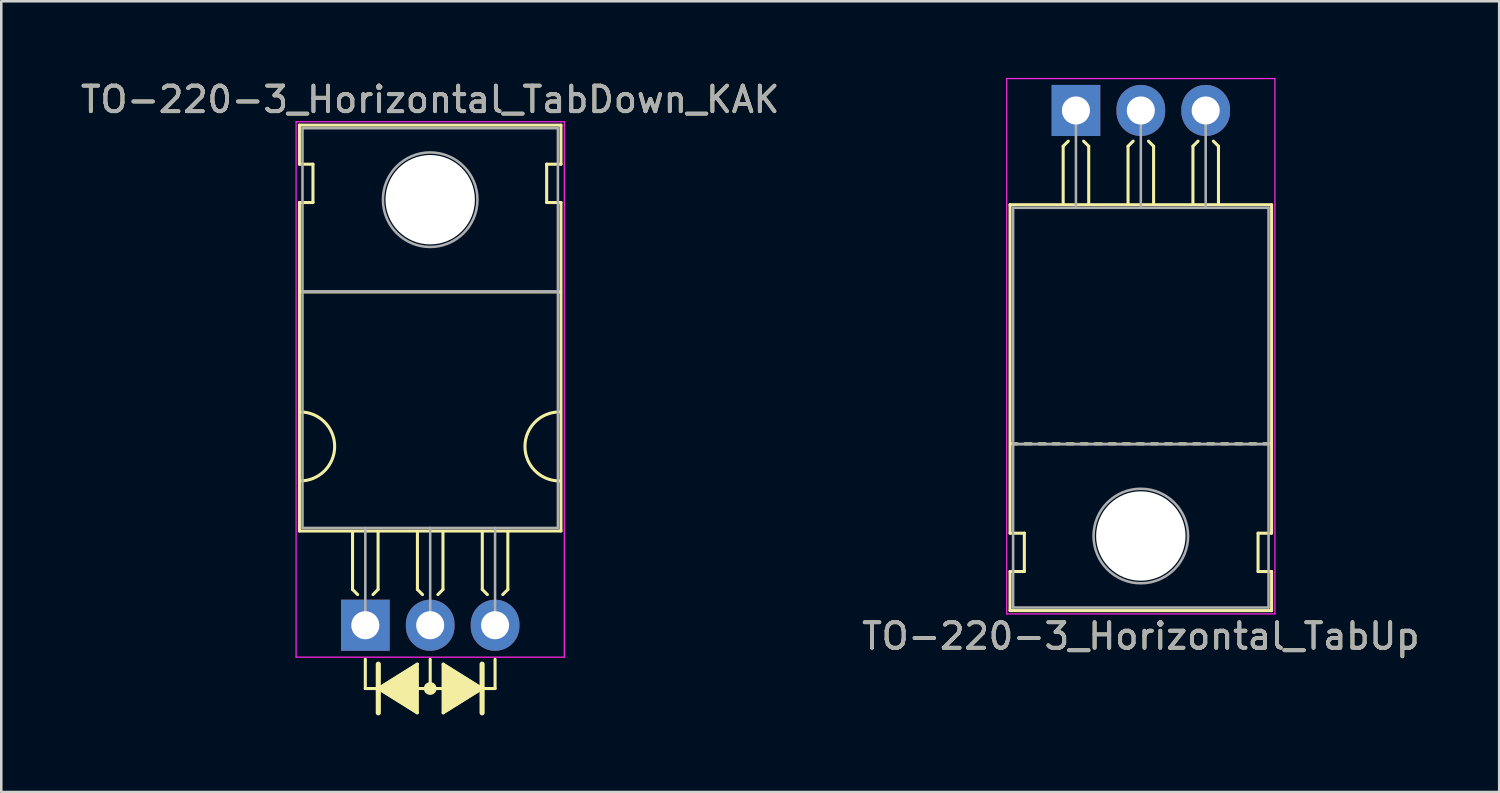
<source format=kicad_pcb>
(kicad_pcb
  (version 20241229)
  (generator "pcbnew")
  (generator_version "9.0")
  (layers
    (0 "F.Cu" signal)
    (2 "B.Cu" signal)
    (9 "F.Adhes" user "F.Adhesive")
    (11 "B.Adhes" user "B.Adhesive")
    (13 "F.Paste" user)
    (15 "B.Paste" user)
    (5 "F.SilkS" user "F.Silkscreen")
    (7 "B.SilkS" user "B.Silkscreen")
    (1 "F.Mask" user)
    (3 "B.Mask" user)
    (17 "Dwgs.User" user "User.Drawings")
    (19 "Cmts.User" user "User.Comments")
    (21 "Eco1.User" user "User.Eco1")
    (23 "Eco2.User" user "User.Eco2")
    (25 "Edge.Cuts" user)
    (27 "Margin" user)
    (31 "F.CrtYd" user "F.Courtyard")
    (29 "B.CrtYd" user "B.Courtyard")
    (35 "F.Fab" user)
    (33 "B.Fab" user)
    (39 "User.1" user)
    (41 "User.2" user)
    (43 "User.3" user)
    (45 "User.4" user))
  (footprint "TO-220-3_Horizontal_TabUp"
    (layer "F.Cu")
    (at 39.073 1.275)
    (property "Reference" "TO-220-3_Horizontal_TabUp" (at 2.54 20.58 0) (layer "F.SilkS") (effects (font (size 1 1) (thickness 0.15))))
    (attr through_hole)
    (fp_line (start -2.58 16.55) (end -2.58 3.69) (stroke (width 0.12) (type solid)) (layer "F.SilkS"))
    (fp_line (start -2.58 16.55) (end -2.02 16.55) (stroke (width 0.12) (type solid)) (layer "F.SilkS"))
    (fp_line (start -2.58 19.58) (end -2.58 18.05) (stroke (width 0.12) (type solid)) (layer "F.SilkS"))
    (fp_line (start -2.3 13.05) (end -2.55 13.05) (stroke (width 0.12) (type solid)) (layer "F.SilkS"))
    (fp_line (start -2.02 16.55) (end -2.02 18.05) (stroke (width 0.12) (type solid)) (layer "F.SilkS"))
    (fp_line (start -2.02 18.05) (end -2.58 18.05) (stroke (width 0.12) (type solid)) (layer "F.SilkS"))
    (fp_line (start -1.75 13.05) (end -2 13.05) (stroke (width 0.12) (type solid)) (layer "F.SilkS"))
    (fp_line (start -1.2 13.05) (end -1.45 13.05) (stroke (width 0.12) (type solid)) (layer "F.SilkS"))
    (fp_line (start -0.65 13.05) (end -0.9 13.05) (stroke (width 0.12) (type solid)) (layer "F.SilkS"))
    (fp_line (start -0.5 1.4) (end -0.3 1.2) (stroke (width 0.12) (type solid)) (layer "F.SilkS"))
    (fp_line (start -0.5 3.65) (end -0.5 1.4) (stroke (width 0.12) (type solid)) (layer "F.SilkS"))
    (fp_line (start -0.1 13.05) (end -0.35 13.05) (stroke (width 0.12) (type solid)) (layer "F.SilkS"))
    (fp_line (start 0.45 13.05) (end 0.2 13.05) (stroke (width 0.12) (type solid)) (layer "F.SilkS"))
    (fp_line (start 0.5 1.4) (end 0.3 1.2) (stroke (width 0.12) (type solid)) (layer "F.SilkS"))
    (fp_line (start 0.5 3.65) (end 0.5 1.4) (stroke (width 0.12) (type solid)) (layer "F.SilkS"))
    (fp_line (start 1 13.05) (end 0.75 13.05) (stroke (width 0.12) (type solid)) (layer "F.SilkS"))
    (fp_line (start 1.55 13.05) (end 1.3 13.05) (stroke (width 0.12) (type solid)) (layer "F.SilkS"))
    (fp_line (start 2.04 1.4) (end 2.24 1.2) (stroke (width 0.12) (type solid)) (layer "F.SilkS"))
    (fp_line (start 2.04 3.65) (end 2.04 1.4) (stroke (width 0.12) (type solid)) (layer "F.SilkS"))
    (fp_line (start 2.1 13.05) (end 1.85 13.05) (stroke (width 0.12) (type solid)) (layer "F.SilkS"))
    (fp_line (start 2.65 13.05) (end 2.4 13.05) (stroke (width 0.12) (type solid)) (layer "F.SilkS"))
    (fp_line (start 3.04 1.4) (end 2.84 1.2) (stroke (width 0.12) (type solid)) (layer "F.SilkS"))
    (fp_line (start 3.04 3.65) (end 3.04 1.4) (stroke (width 0.12) (type solid)) (layer "F.SilkS"))
    (fp_line (start 3.2 13.05) (end 2.95 13.05) (stroke (width 0.12) (type solid)) (layer "F.SilkS"))
    (fp_line (start 3.75 13.05) (end 3.5 13.05) (stroke (width 0.12) (type solid)) (layer "F.SilkS"))
    (fp_line (start 4.3 13.05) (end 4.05 13.05) (stroke (width 0.12) (type solid)) (layer "F.SilkS"))
    (fp_line (start 4.58 1.4) (end 4.78 1.2) (stroke (width 0.12) (type solid)) (layer "F.SilkS"))
    (fp_line (start 4.58 3.65) (end 4.58 1.4) (stroke (width 0.12) (type solid)) (layer "F.SilkS"))
    (fp_line (start 4.85 13.05) (end 4.6 13.05) (stroke (width 0.12) (type solid)) (layer "F.SilkS"))
    (fp_line (start 5.4 13.05) (end 5.15 13.05) (stroke (width 0.12) (type solid)) (layer "F.SilkS"))
    (fp_line (start 5.58 1.4) (end 5.38 1.2) (stroke (width 0.12) (type solid)) (layer "F.SilkS"))
    (fp_line (start 5.58 3.65) (end 5.58 1.4) (stroke (width 0.12) (type solid)) (layer "F.SilkS"))
    (fp_line (start 5.95 13.05) (end 5.7 13.05) (stroke (width 0.12) (type solid)) (layer "F.SilkS"))
    (fp_line (start 6.5 13.05) (end 6.25 13.05) (stroke (width 0.12) (type solid)) (layer "F.SilkS"))
    (fp_line (start 7.05 13.05) (end 6.8 13.05) (stroke (width 0.12) (type solid)) (layer "F.SilkS"))
    (fp_line (start 7.13 16.55) (end 7.655 16.55) (stroke (width 0.12) (type solid)) (layer "F.SilkS"))
    (fp_line (start 7.13 18.05) (end 7.13 16.55) (stroke (width 0.12) (type solid)) (layer "F.SilkS"))
    (fp_line (start 7.6 13.05) (end 7.35 13.05) (stroke (width 0.12) (type solid)) (layer "F.SilkS"))
    (fp_line (start 7.66 3.69) (end -2.58 3.69) (stroke (width 0.12) (type solid)) (layer "F.SilkS"))
    (fp_line (start 7.66 16.55) (end 7.66 3.69) (stroke (width 0.12) (type solid)) (layer "F.SilkS"))
    (fp_line (start 7.66 18.05) (end 7.13 18.05) (stroke (width 0.12) (type solid)) (layer "F.SilkS"))
    (fp_line (start 7.66 19.58) (end -2.58 19.58) (stroke (width 0.12) (type solid)) (layer "F.SilkS"))
    (fp_line (start 7.66 19.58) (end 7.66 18.05) (stroke (width 0.12) (type solid)) (layer "F.SilkS"))
    (fp_line (start -2.71 -1.25) (end -2.71 19.71) (stroke (width 0.05) (type solid)) (layer "F.CrtYd"))
    (fp_line (start -2.71 19.71) (end 7.79 19.71) (stroke (width 0.05) (type solid)) (layer "F.CrtYd"))
    (fp_line (start 7.79 -1.25) (end -2.71 -1.25) (stroke (width 0.05) (type solid)) (layer "F.CrtYd"))
    (fp_line (start 7.79 19.71) (end 7.79 -1.25) (stroke (width 0.05) (type solid)) (layer "F.CrtYd"))
    (fp_line (start -2.46 3.81) (end -2.46 13.06) (stroke (width 0.1) (type solid)) (layer "F.Fab"))
    (fp_line (start -2.46 13.06) (end -2.46 19.46) (stroke (width 0.1) (type solid)) (layer "F.Fab"))
    (fp_line (start -2.46 13.06) (end 7.54 13.06) (stroke (width 0.1) (type solid)) (layer "F.Fab"))
    (fp_line (start -2.46 19.46) (end 7.54 19.46) (stroke (width 0.1) (type solid)) (layer "F.Fab"))
    (fp_line (start 0 3.81) (end 0 0) (stroke (width 0.1) (type solid)) (layer "F.Fab"))
    (fp_line (start 2.54 3.81) (end 2.54 0) (stroke (width 0.1) (type solid)) (layer "F.Fab"))
    (fp_line (start 5.08 3.81) (end 5.08 0) (stroke (width 0.1) (type solid)) (layer "F.Fab"))
    (fp_line (start 7.54 3.81) (end -2.46 3.81) (stroke (width 0.1) (type solid)) (layer "F.Fab"))
    (fp_line (start 7.54 13.06) (end -2.46 13.06) (stroke (width 0.1) (type solid)) (layer "F.Fab"))
    (fp_line (start 7.54 13.06) (end 7.54 3.81) (stroke (width 0.1) (type solid)) (layer "F.Fab"))
    (fp_line (start 7.54 19.46) (end 7.54 13.06) (stroke (width 0.1) (type solid)) (layer "F.Fab"))
    (fp_circle (center 2.54 16.66) (end 4.39 16.66) (stroke (width 0.1) (type solid)) (fill no) (layer "F.Fab"))
    (fp_text user "${REFERENCE}" (at 2.54 20.58 0) (layer "F.Fab") (effects (font (size 1 1) (thickness 0.15))))
    (pad "" np_thru_hole oval (at 2.54 16.66) (size 3.5 3.5) (drill 3.5) (layers "*.Cu" "*.Mask"))
    (pad "1" thru_hole rect (at 0 0) (size 1.905 2) (drill 1.1) (layers "*.Cu" "*.Mask"))
    (pad "2" thru_hole oval (at 2.54 0) (size 1.905 2) (drill 1.1) (layers "*.Cu" "*.Mask"))
    (pad "3" thru_hole oval (at 5.08 0) (size 1.905 2) (drill 1.1) (layers "*.Cu" "*.Mask")))
  (footprint "TO-220-3_Horizontal_TabDown_KAK"
    (layer "F.Cu")
    (at 11.252 21.428)
    (property "Reference" "TO-220-3_Horizontal_TabDown_KAK" (at 2.54 -20.58 0) (layer "F.SilkS") (effects (font (size 1 1) (thickness 0.15))))
    (attr through_hole)
    (fp_line (start -2.58 -19.58) (end -2.58 -18.05) (stroke (width 0.12) (type solid)) (layer "F.SilkS"))
    (fp_line (start -2.58 -19.58) (end 7.66 -19.58) (stroke (width 0.12) (type solid)) (layer "F.SilkS"))
    (fp_line (start -2.58 -18.05) (end -2.05 -18.05) (stroke (width 0.12) (type solid)) (layer "F.SilkS"))
    (fp_line (start -2.58 -16.55) (end -2.58 -3.69) (stroke (width 0.12) (type solid)) (layer "F.SilkS"))
    (fp_line (start -2.58 -3.69) (end 7.66 -3.69) (stroke (width 0.12) (type solid)) (layer "F.SilkS"))
    (fp_line (start -2.575 -13.05) (end 7.65 -13.05) (stroke (width 0.12) (type solid)) (layer "F.SilkS"))
    (fp_line (start -2.05 -18.05) (end -2.05 -16.55) (stroke (width 0.12) (type solid)) (layer "F.SilkS"))
    (fp_line (start -2.05 -16.55) (end -2.575 -16.55) (stroke (width 0.12) (type solid)) (layer "F.SilkS"))
    (fp_line (start -0.5 -3.65) (end -0.5 -1.4) (stroke (width 0.12) (type solid)) (layer "F.SilkS"))
    (fp_line (start -0.5 -1.4) (end -0.3 -1.2) (stroke (width 0.12) (type solid)) (layer "F.SilkS"))
    (fp_line (start 0 1.333) (end 0 2.477) (stroke (width 0.12) (type solid)) (layer "F.SilkS"))
    (fp_line (start 0 2.477) (end 0.508 2.477) (stroke (width 0.12) (type solid)) (layer "F.SilkS"))
    (fp_line (start 0.5 -3.65) (end 0.5 -1.4) (stroke (width 0.12) (type solid)) (layer "F.SilkS"))
    (fp_line (start 0.5 -1.4) (end 0.3 -1.2) (stroke (width 0.12) (type solid)) (layer "F.SilkS"))
    (fp_line (start 0.508 1.524) (end 0.508 3.429) (stroke (width 0.2) (type solid)) (layer "F.SilkS"))
    (fp_line (start 0.508 2.477) (end 2.032 1.524) (stroke (width 0.12) (type solid)) (layer "F.SilkS"))
    (fp_line (start 0.508 2.477) (end 2.032 3.429) (stroke (width 0.12) (type solid)) (layer "F.SilkS"))
    (fp_line (start 2.032 1.714) (end 2.032 1.524) (stroke (width 0.12) (type solid)) (layer "F.SilkS"))
    (fp_line (start 2.032 3.429) (end 2.032 1.714) (stroke (width 0.12) (type solid)) (layer "F.SilkS"))
    (fp_line (start 2.04 -3.65) (end 2.04 -1.4) (stroke (width 0.12) (type solid)) (layer "F.SilkS"))
    (fp_line (start 2.04 -1.4) (end 2.24 -1.2) (stroke (width 0.12) (type solid)) (layer "F.SilkS"))
    (fp_line (start 2.54 1.333) (end 2.54 2.477) (stroke (width 0.12) (type solid)) (layer "F.SilkS"))
    (fp_line (start 2.54 2.477) (end 2.032 2.477) (stroke (width 0.12) (type solid)) (layer "F.SilkS"))
    (fp_line (start 2.54 2.477) (end 3.048 2.477) (stroke (width 0.12) (type solid)) (layer "F.SilkS"))
    (fp_line (start 3.04 -3.65) (end 3.04 -1.4) (stroke (width 0.12) (type solid)) (layer "F.SilkS"))
    (fp_line (start 3.04 -1.4) (end 2.84 -1.2) (stroke (width 0.12) (type solid)) (layer "F.SilkS"))
    (fp_line (start 3.048 1.524) (end 3.048 3.429) (stroke (width 0.12) (type solid)) (layer "F.SilkS"))
    (fp_line (start 3.048 3.429) (end 4.572 2.477) (stroke (width 0.12) (type solid)) (layer "F.SilkS"))
    (fp_line (start 4.572 2.477) (end 3.048 1.524) (stroke (width 0.12) (type solid)) (layer "F.SilkS"))
    (fp_line (start 4.572 3.429) (end 4.572 1.524) (stroke (width 0.2) (type solid)) (layer "F.SilkS"))
    (fp_line (start 4.58 -3.65) (end 4.58 -1.4) (stroke (width 0.12) (type solid)) (layer "F.SilkS"))
    (fp_line (start 4.58 -1.4) (end 4.78 -1.2) (stroke (width 0.12) (type solid)) (layer "F.SilkS"))
    (fp_line (start 5.08 1.333) (end 5.08 2.477) (stroke (width 0.12) (type solid)) (layer "F.SilkS"))
    (fp_line (start 5.08 2.477) (end 4.572 2.477) (stroke (width 0.12) (type solid)) (layer "F.SilkS"))
    (fp_line (start 5.58 -3.65) (end 5.58 -1.4) (stroke (width 0.12) (type solid)) (layer "F.SilkS"))
    (fp_line (start 5.58 -1.4) (end 5.38 -1.2) (stroke (width 0.12) (type solid)) (layer "F.SilkS"))
    (fp_line (start 7.1 -18.05) (end 7.66 -18.05) (stroke (width 0.12) (type solid)) (layer "F.SilkS"))
    (fp_line (start 7.1 -16.55) (end 7.1 -18.05) (stroke (width 0.12) (type solid)) (layer "F.SilkS"))
    (fp_line (start 7.66 -19.58) (end 7.66 -18.05) (stroke (width 0.12) (type solid)) (layer "F.SilkS"))
    (fp_line (start 7.66 -16.55) (end 7.1 -16.55) (stroke (width 0.12) (type solid)) (layer "F.SilkS"))
    (fp_line (start 7.66 -16.55) (end 7.66 -3.69) (stroke (width 0.12) (type solid)) (layer "F.SilkS"))
    (fp_arc (start -2.55 -8.35) (mid -1.2 -7) (end -2.55 -5.65) (stroke (width 0.12) (type solid)) (layer "F.SilkS"))
    (fp_arc (start 7.6 -5.65) (mid 6.25 -7) (end 7.6 -8.35) (stroke (width 0.12) (type solid)) (layer "F.SilkS"))
    (fp_circle (center 2.54 2.477) (end 2.54 2.54) (stroke (width 0.12) (type solid)) (fill no) (layer "F.SilkS"))
    (fp_circle (center 2.54 2.477) (end 2.54 2.603) (stroke (width 0.12) (type solid)) (fill no) (layer "F.SilkS"))
    (fp_circle (center 2.54 2.477) (end 2.54 2.667) (stroke (width 0.12) (type solid)) (fill no) (layer "F.SilkS"))
    (fp_poly (pts (xy 0.508 2.477) (xy 2.032 1.524) (xy 2.032 3.429)) (stroke (width 0.1) (type solid)) (fill yes) (layer "F.SilkS"))
    (fp_poly (pts (xy 3.048 1.524) (xy 4.572 2.477) (xy 3.048 3.429)) (stroke (width 0.1) (type solid)) (fill yes) (layer "F.SilkS"))
    (fp_line (start -2.71 -19.71) (end -2.71 1.25) (stroke (width 0.05) (type solid)) (layer "F.CrtYd"))
    (fp_line (start -2.71 1.25) (end 7.79 1.25) (stroke (width 0.05) (type solid)) (layer "F.CrtYd"))
    (fp_line (start 7.79 -19.71) (end -2.71 -19.71) (stroke (width 0.05) (type solid)) (layer "F.CrtYd"))
    (fp_line (start 7.79 1.25) (end 7.79 -19.71) (stroke (width 0.05) (type solid)) (layer "F.CrtYd"))
    (fp_line (start -2.46 -19.46) (end 7.54 -19.46) (stroke (width 0.1) (type solid)) (layer "F.Fab"))
    (fp_line (start -2.46 -13.06) (end -2.46 -19.46) (stroke (width 0.1) (type solid)) (layer "F.Fab"))
    (fp_line (start -2.46 -13.06) (end 7.54 -13.06) (stroke (width 0.1) (type solid)) (layer "F.Fab"))
    (fp_line (start -2.46 -3.81) (end -2.46 -13.06) (stroke (width 0.1) (type solid)) (layer "F.Fab"))
    (fp_line (start 0 -3.81) (end 0 0) (stroke (width 0.1) (type solid)) (layer "F.Fab"))
    (fp_line (start 2.54 -3.81) (end 2.54 0) (stroke (width 0.1) (type solid)) (layer "F.Fab"))
    (fp_line (start 5.08 -3.81) (end 5.08 0) (stroke (width 0.1) (type solid)) (layer "F.Fab"))
    (fp_line (start 7.54 -19.46) (end 7.54 -13.06) (stroke (width 0.1) (type solid)) (layer "F.Fab"))
    (fp_line (start 7.54 -13.06) (end -2.46 -13.06) (stroke (width 0.1) (type solid)) (layer "F.Fab"))
    (fp_line (start 7.54 -13.06) (end 7.54 -3.81) (stroke (width 0.1) (type solid)) (layer "F.Fab"))
    (fp_line (start 7.54 -3.81) (end -2.46 -3.81) (stroke (width 0.1) (type solid)) (layer "F.Fab"))
    (fp_circle (center 2.54 -16.66) (end 4.39 -16.66) (stroke (width 0.1) (type solid)) (fill no) (layer "F.Fab"))
    (fp_text user "${REFERENCE}" (at 2.54 -20.58 0) (layer "F.Fab") (effects (font (size 1 1) (thickness 0.15))))
    (pad "" np_thru_hole oval (at 2.54 -16.66) (size 3.5 3.5) (drill 3.5) (layers "*.Cu" "*.Mask"))
    (pad "1" thru_hole rect (at 0 0) (size 1.905 2) (drill 1.1) (layers "*.Cu" "*.Mask"))
    (pad "2" thru_hole oval (at 2.54 0) (size 1.905 2) (drill 1.1) (layers "*.Cu" "*.Mask"))
    (pad "3" thru_hole oval (at 5.08 0) (size 1.905 2) (drill 1.1) (layers "*.Cu" "*.Mask")))
  (gr_rect
    (start -3 -3)
    (end 55.643 27.957)
    (stroke (width 0.1) (type default))
    (fill no)
    (layer "Edge.Cuts")))
</source>
